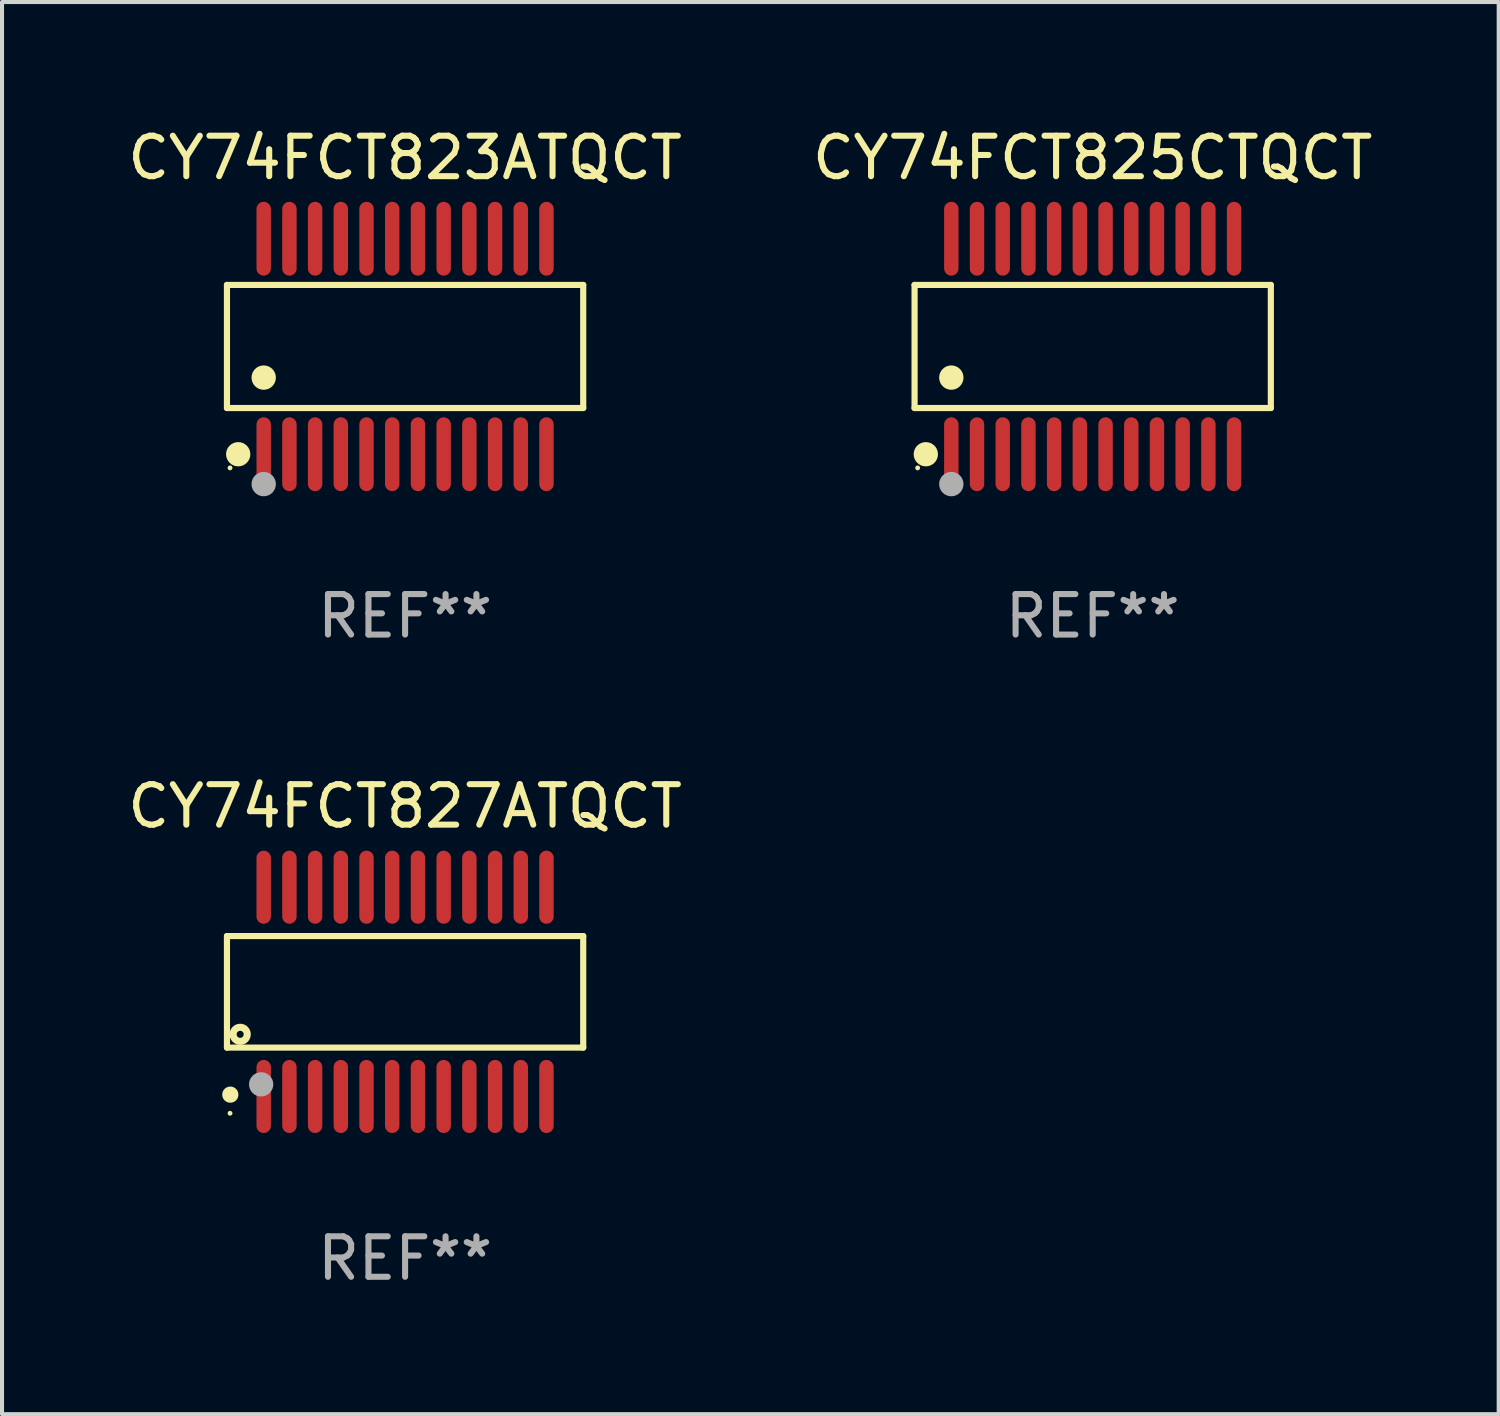
<source format=kicad_pcb>
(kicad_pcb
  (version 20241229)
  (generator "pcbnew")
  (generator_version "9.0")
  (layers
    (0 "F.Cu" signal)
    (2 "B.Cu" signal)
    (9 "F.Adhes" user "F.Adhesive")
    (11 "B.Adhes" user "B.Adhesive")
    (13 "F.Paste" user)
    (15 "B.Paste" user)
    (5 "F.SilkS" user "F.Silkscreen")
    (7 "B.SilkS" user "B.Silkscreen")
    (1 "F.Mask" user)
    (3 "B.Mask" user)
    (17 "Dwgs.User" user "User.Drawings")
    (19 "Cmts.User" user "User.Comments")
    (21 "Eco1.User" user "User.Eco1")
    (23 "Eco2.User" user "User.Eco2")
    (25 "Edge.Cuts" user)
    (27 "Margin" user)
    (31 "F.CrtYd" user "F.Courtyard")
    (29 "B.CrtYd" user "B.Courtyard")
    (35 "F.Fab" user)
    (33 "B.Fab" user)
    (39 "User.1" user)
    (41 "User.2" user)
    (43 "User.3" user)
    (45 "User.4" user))
  (footprint "CY74FCT823ATQCT"
    (layer "F.Cu")
    (at 6.958 5.51)
    (property "Reference" "CY74FCT823ATQCT" (at 0 -4.662 0) (layer "F.SilkS") (effects (font (size 1 1) (thickness 0.15))))
    (attr through_hole)
    (fp_line (start -4.401 -1.521) (end 4.401 -1.521) (stroke (width 0.152) (type solid)) (layer "F.SilkS"))
    (fp_line (start -4.401 1.521) (end -4.401 -1.521) (stroke (width 0.152) (type solid)) (layer "F.SilkS"))
    (fp_line (start 4.401 -1.521) (end 4.401 1.521) (stroke (width 0.152) (type solid)) (layer "F.SilkS"))
    (fp_line (start 4.401 1.521) (end -4.401 1.521) (stroke (width 0.152) (type solid)) (layer "F.SilkS"))
    (fp_circle (center -4.325 3) (end -4.295 3) (stroke (width 0.06) (type solid)) (fill no) (layer "F.SilkS"))
    (fp_circle (center -4.123 2.662) (end -3.973 2.662) (stroke (width 0.3) (type solid)) (fill no) (layer "F.SilkS"))
    (fp_circle (center -3.493 0.769) (end -3.342 0.769) (stroke (width 0.3) (type solid)) (fill no) (layer "F.SilkS"))
    (fp_circle (center -3.493 3.4) (end -3.342 3.4) (stroke (width 0.3) (type solid)) (fill no) (layer "F.Fab"))
    (fp_text user "REF**" (at 0 6.662 0) (layer "F.Fab") (effects (font (size 1 1) (thickness 0.15))))
    (pad "1" smd oval (at -3.493 2.662) (size 0.356 1.824) (layers "F.Cu" "F.Mask" "F.Paste"))
    (pad "2" smd oval (at -2.858 2.662) (size 0.356 1.824) (layers "F.Cu" "F.Mask" "F.Paste"))
    (pad "3" smd oval (at -2.223 2.662) (size 0.356 1.824) (layers "F.Cu" "F.Mask" "F.Paste"))
    (pad "4" smd oval (at -1.588 2.662) (size 0.356 1.824) (layers "F.Cu" "F.Mask" "F.Paste"))
    (pad "5" smd oval (at -0.953 2.662) (size 0.356 1.824) (layers "F.Cu" "F.Mask" "F.Paste"))
    (pad "6" smd oval (at -0.318 2.662) (size 0.356 1.824) (layers "F.Cu" "F.Mask" "F.Paste"))
    (pad "7" smd oval (at 0.318 2.662) (size 0.356 1.824) (layers "F.Cu" "F.Mask" "F.Paste"))
    (pad "8" smd oval (at 0.953 2.662) (size 0.356 1.824) (layers "F.Cu" "F.Mask" "F.Paste"))
    (pad "9" smd oval (at 1.588 2.662) (size 0.356 1.824) (layers "F.Cu" "F.Mask" "F.Paste"))
    (pad "10" smd oval (at 2.223 2.662) (size 0.356 1.824) (layers "F.Cu" "F.Mask" "F.Paste"))
    (pad "11" smd oval (at 2.858 2.662) (size 0.356 1.824) (layers "F.Cu" "F.Mask" "F.Paste"))
    (pad "12" smd oval (at 3.493 2.662) (size 0.356 1.824) (layers "F.Cu" "F.Mask" "F.Paste"))
    (pad "13" smd oval (at 3.493 -2.662) (size 0.356 1.824) (layers "F.Cu" "F.Mask" "F.Paste"))
    (pad "14" smd oval (at 2.858 -2.662) (size 0.356 1.824) (layers "F.Cu" "F.Mask" "F.Paste"))
    (pad "15" smd oval (at 2.223 -2.662) (size 0.356 1.824) (layers "F.Cu" "F.Mask" "F.Paste"))
    (pad "16" smd oval (at 1.588 -2.662) (size 0.356 1.824) (layers "F.Cu" "F.Mask" "F.Paste"))
    (pad "17" smd oval (at 0.953 -2.662) (size 0.356 1.824) (layers "F.Cu" "F.Mask" "F.Paste"))
    (pad "18" smd oval (at 0.318 -2.662) (size 0.356 1.824) (layers "F.Cu" "F.Mask" "F.Paste"))
    (pad "19" smd oval (at -0.318 -2.662) (size 0.356 1.824) (layers "F.Cu" "F.Mask" "F.Paste"))
    (pad "20" smd oval (at -0.953 -2.662) (size 0.356 1.824) (layers "F.Cu" "F.Mask" "F.Paste"))
    (pad "21" smd oval (at -1.588 -2.662) (size 0.356 1.824) (layers "F.Cu" "F.Mask" "F.Paste"))
    (pad "22" smd oval (at -2.223 -2.662) (size 0.356 1.824) (layers "F.Cu" "F.Mask" "F.Paste"))
    (pad "23" smd oval (at -2.858 -2.662) (size 0.356 1.824) (layers "F.Cu" "F.Mask" "F.Paste"))
    (pad "24" smd oval (at -3.493 -2.662) (size 0.356 1.824) (layers "F.Cu" "F.Mask" "F.Paste")))
  (footprint "CY74FCT825CTQCT"
    (layer "F.Cu")
    (at 23.946 5.51)
    (property "Reference" "CY74FCT825CTQCT" (at 0 -4.662 0) (layer "F.SilkS") (effects (font (size 1 1) (thickness 0.15))))
    (attr through_hole)
    (fp_line (start -4.401 -1.521) (end 4.401 -1.521) (stroke (width 0.152) (type solid)) (layer "F.SilkS"))
    (fp_line (start -4.401 1.521) (end -4.401 -1.521) (stroke (width 0.152) (type solid)) (layer "F.SilkS"))
    (fp_line (start 4.401 -1.521) (end 4.401 1.521) (stroke (width 0.152) (type solid)) (layer "F.SilkS"))
    (fp_line (start 4.401 1.521) (end -4.401 1.521) (stroke (width 0.152) (type solid)) (layer "F.SilkS"))
    (fp_circle (center -4.325 3) (end -4.295 3) (stroke (width 0.06) (type solid)) (fill no) (layer "F.SilkS"))
    (fp_circle (center -4.123 2.662) (end -3.973 2.662) (stroke (width 0.3) (type solid)) (fill no) (layer "F.SilkS"))
    (fp_circle (center -3.493 0.769) (end -3.342 0.769) (stroke (width 0.3) (type solid)) (fill no) (layer "F.SilkS"))
    (fp_circle (center -3.493 3.4) (end -3.342 3.4) (stroke (width 0.3) (type solid)) (fill no) (layer "F.Fab"))
    (fp_text user "REF**" (at 0 6.662 0) (layer "F.Fab") (effects (font (size 1 1) (thickness 0.15))))
    (pad "1" smd oval (at -3.493 2.662) (size 0.356 1.824) (layers "F.Cu" "F.Mask" "F.Paste"))
    (pad "2" smd oval (at -2.858 2.662) (size 0.356 1.824) (layers "F.Cu" "F.Mask" "F.Paste"))
    (pad "3" smd oval (at -2.223 2.662) (size 0.356 1.824) (layers "F.Cu" "F.Mask" "F.Paste"))
    (pad "4" smd oval (at -1.588 2.662) (size 0.356 1.824) (layers "F.Cu" "F.Mask" "F.Paste"))
    (pad "5" smd oval (at -0.953 2.662) (size 0.356 1.824) (layers "F.Cu" "F.Mask" "F.Paste"))
    (pad "6" smd oval (at -0.318 2.662) (size 0.356 1.824) (layers "F.Cu" "F.Mask" "F.Paste"))
    (pad "7" smd oval (at 0.318 2.662) (size 0.356 1.824) (layers "F.Cu" "F.Mask" "F.Paste"))
    (pad "8" smd oval (at 0.953 2.662) (size 0.356 1.824) (layers "F.Cu" "F.Mask" "F.Paste"))
    (pad "9" smd oval (at 1.588 2.662) (size 0.356 1.824) (layers "F.Cu" "F.Mask" "F.Paste"))
    (pad "10" smd oval (at 2.223 2.662) (size 0.356 1.824) (layers "F.Cu" "F.Mask" "F.Paste"))
    (pad "11" smd oval (at 2.858 2.662) (size 0.356 1.824) (layers "F.Cu" "F.Mask" "F.Paste"))
    (pad "12" smd oval (at 3.493 2.662) (size 0.356 1.824) (layers "F.Cu" "F.Mask" "F.Paste"))
    (pad "13" smd oval (at 3.493 -2.662) (size 0.356 1.824) (layers "F.Cu" "F.Mask" "F.Paste"))
    (pad "14" smd oval (at 2.858 -2.662) (size 0.356 1.824) (layers "F.Cu" "F.Mask" "F.Paste"))
    (pad "15" smd oval (at 2.223 -2.662) (size 0.356 1.824) (layers "F.Cu" "F.Mask" "F.Paste"))
    (pad "16" smd oval (at 1.588 -2.662) (size 0.356 1.824) (layers "F.Cu" "F.Mask" "F.Paste"))
    (pad "17" smd oval (at 0.953 -2.662) (size 0.356 1.824) (layers "F.Cu" "F.Mask" "F.Paste"))
    (pad "18" smd oval (at 0.318 -2.662) (size 0.356 1.824) (layers "F.Cu" "F.Mask" "F.Paste"))
    (pad "19" smd oval (at -0.318 -2.662) (size 0.356 1.824) (layers "F.Cu" "F.Mask" "F.Paste"))
    (pad "20" smd oval (at -0.953 -2.662) (size 0.356 1.824) (layers "F.Cu" "F.Mask" "F.Paste"))
    (pad "21" smd oval (at -1.588 -2.662) (size 0.356 1.824) (layers "F.Cu" "F.Mask" "F.Paste"))
    (pad "22" smd oval (at -2.223 -2.662) (size 0.356 1.824) (layers "F.Cu" "F.Mask" "F.Paste"))
    (pad "23" smd oval (at -2.858 -2.662) (size 0.356 1.824) (layers "F.Cu" "F.Mask" "F.Paste"))
    (pad "24" smd oval (at -3.493 -2.662) (size 0.356 1.824) (layers "F.Cu" "F.Mask" "F.Paste")))
  (footprint "CY74FCT827ATQCT"
    (layer "F.Cu")
    (at 6.958 21.454)
    (property "Reference" "CY74FCT827ATQCT" (at 0 -4.585 0) (layer "F.SilkS") (effects (font (size 1 1) (thickness 0.15))))
    (attr through_hole)
    (fp_line (start -4.401 -1.378) (end 4.401 -1.378) (stroke (width 0.152) (type solid)) (layer "F.SilkS"))
    (fp_line (start -4.401 1.378) (end -4.401 -1.378) (stroke (width 0.152) (type solid)) (layer "F.SilkS"))
    (fp_line (start 4.401 -1.378) (end 4.401 1.378) (stroke (width 0.152) (type solid)) (layer "F.SilkS"))
    (fp_line (start 4.401 1.378) (end -4.401 1.378) (stroke (width 0.152) (type solid)) (layer "F.SilkS"))
    (fp_circle (center -4.325 3) (end -4.295 3) (stroke (width 0.06) (type solid)) (fill no) (layer "F.SilkS"))
    (fp_circle (center -4.318 2.54) (end -4.218 2.54) (stroke (width 0.2) (type solid)) (fill no) (layer "F.SilkS"))
    (fp_circle (center -4.074 1.05) (end -3.987 1.05) (stroke (width 0.175) (type solid)) (fill no) (layer "F.SilkS"))
    (fp_circle (center -3.556 2.286) (end -3.406 2.286) (stroke (width 0.3) (type solid)) (fill no) (layer "F.Fab"))
    (fp_text user "REF**" (at 0 6.585 0) (layer "F.Fab") (effects (font (size 1 1) (thickness 0.15))))
    (pad "1" smd oval (at -3.493 2.585) (size 0.356 1.805) (layers "F.Cu" "F.Mask" "F.Paste"))
    (pad "2" smd oval (at -2.858 2.585) (size 0.356 1.805) (layers "F.Cu" "F.Mask" "F.Paste"))
    (pad "3" smd oval (at -2.223 2.585) (size 0.356 1.805) (layers "F.Cu" "F.Mask" "F.Paste"))
    (pad "4" smd oval (at -1.588 2.585) (size 0.356 1.805) (layers "F.Cu" "F.Mask" "F.Paste"))
    (pad "5" smd oval (at -0.953 2.585) (size 0.356 1.805) (layers "F.Cu" "F.Mask" "F.Paste"))
    (pad "6" smd oval (at -0.318 2.585) (size 0.356 1.805) (layers "F.Cu" "F.Mask" "F.Paste"))
    (pad "7" smd oval (at 0.318 2.585) (size 0.356 1.805) (layers "F.Cu" "F.Mask" "F.Paste"))
    (pad "8" smd oval (at 0.953 2.585) (size 0.356 1.805) (layers "F.Cu" "F.Mask" "F.Paste"))
    (pad "9" smd oval (at 1.588 2.585) (size 0.356 1.805) (layers "F.Cu" "F.Mask" "F.Paste"))
    (pad "10" smd oval (at 2.223 2.585) (size 0.356 1.805) (layers "F.Cu" "F.Mask" "F.Paste"))
    (pad "11" smd oval (at 2.858 2.585) (size 0.356 1.805) (layers "F.Cu" "F.Mask" "F.Paste"))
    (pad "12" smd oval (at 3.493 2.585) (size 0.356 1.805) (layers "F.Cu" "F.Mask" "F.Paste"))
    (pad "13" smd oval (at 3.493 -2.585) (size 0.356 1.805) (layers "F.Cu" "F.Mask" "F.Paste"))
    (pad "14" smd oval (at 2.858 -2.585) (size 0.356 1.805) (layers "F.Cu" "F.Mask" "F.Paste"))
    (pad "15" smd oval (at 2.223 -2.585) (size 0.356 1.805) (layers "F.Cu" "F.Mask" "F.Paste"))
    (pad "16" smd oval (at 1.588 -2.585) (size 0.356 1.805) (layers "F.Cu" "F.Mask" "F.Paste"))
    (pad "17" smd oval (at 0.953 -2.585) (size 0.356 1.805) (layers "F.Cu" "F.Mask" "F.Paste"))
    (pad "18" smd oval (at 0.318 -2.585) (size 0.356 1.805) (layers "F.Cu" "F.Mask" "F.Paste"))
    (pad "19" smd oval (at -0.318 -2.585) (size 0.356 1.805) (layers "F.Cu" "F.Mask" "F.Paste"))
    (pad "20" smd oval (at -0.953 -2.585) (size 0.356 1.805) (layers "F.Cu" "F.Mask" "F.Paste"))
    (pad "21" smd oval (at -1.588 -2.585) (size 0.356 1.805) (layers "F.Cu" "F.Mask" "F.Paste"))
    (pad "22" smd oval (at -2.223 -2.585) (size 0.356 1.805) (layers "F.Cu" "F.Mask" "F.Paste"))
    (pad "23" smd oval (at -2.858 -2.585) (size 0.356 1.805) (layers "F.Cu" "F.Mask" "F.Paste"))
    (pad "24" smd oval (at -3.493 -2.585) (size 0.356 1.805) (layers "F.Cu" "F.Mask" "F.Paste")))
  (gr_rect
    (start -3 -3)
    (end 33.976 31.887)
    (stroke (width 0.1) (type default))
    (fill no)
    (layer "Edge.Cuts")))
</source>
